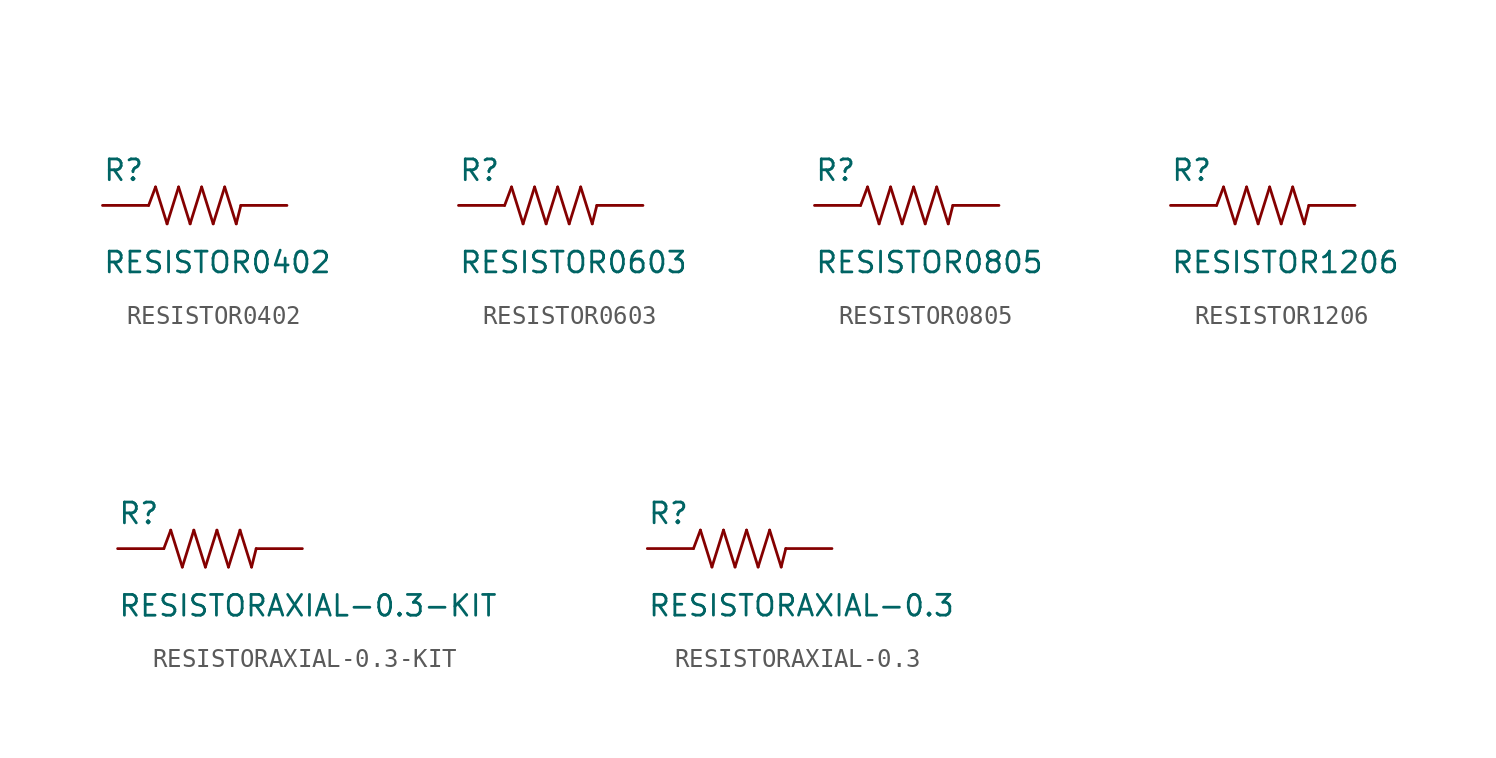
<source format=kicad_sym>
(kicad_symbol_lib
  (version 20211014)
  (generator kicad_symbol_editor)
  (symbol "RESISTOR0402"
    (pin_numbers hide)
    (pin_names
      (offset 1.016) hide)
    (property "Reference" "R"
      (at -5.08 1.27 0)
      (effects (font (size 1.143 1.143)) (justify left bottom)))
    (property "Value" "RESISTOR0402"
      (at -5.08 -3.81 0)
      (effects (font (size 1.143 1.143)) (justify left bottom)))
    (property "Field4" " "
      (at 0 5.08 0)
      (effects (font (size 1.524 1.524))))
    (property "ki_locked" ""
      (at 0 0 0)
      (effects (font (size 1.27 1.27))))
    (symbol "RESISTOR0402_1_0"
      (polyline (pts (xy -2.54 0) (xy -2.159 1.016)) (stroke (width 0) (type default) (color 0 0 0 0)) (fill (type none)))
      (polyline (pts (xy -2.159 1.016) (xy -1.524 -1.016)) (stroke (width 0) (type default) (color 0 0 0 0)) (fill (type none)))
      (polyline (pts (xy -1.524 -1.016) (xy -0.889 1.016)) (stroke (width 0) (type default) (color 0 0 0 0)) (fill (type none)))
      (polyline (pts (xy -0.889 1.016) (xy -0.254 -1.016)) (stroke (width 0) (type default) (color 0 0 0 0)) (fill (type none)))
      (polyline (pts (xy -0.254 -1.016) (xy 0.381 1.016)) (stroke (width 0) (type default) (color 0 0 0 0)) (fill (type none)))
      (polyline (pts (xy 0.381 1.016) (xy 1.016 -1.016)) (stroke (width 0) (type default) (color 0 0 0 0)) (fill (type none)))
      (polyline (pts (xy 1.016 -1.016) (xy 1.651 1.016)) (stroke (width 0) (type default) (color 0 0 0 0)) (fill (type none)))
      (polyline (pts (xy 1.651 1.016) (xy 2.286 -1.016)) (stroke (width 0) (type default) (color 0 0 0 0)) (fill (type none)))
      (polyline (pts (xy 2.286 -1.016) (xy 2.54 0)) (stroke (width 0) (type default) (color 0 0 0 0)) (fill (type none))))
    (symbol "RESISTOR0402_1_1"
      (pin passive line (at -5.08 0 0) (length 2.54) (name "1" (effects (font (size 1.016 1.016)))) (number "1" (effects (font (size 1.016 1.016)))))
      (pin passive line (at 5.08 0 180) (length 2.54) (name "2" (effects (font (size 1.016 1.016)))) (number "2" (effects (font (size 1.016 1.016)))))))
  (symbol "RESISTOR0603"
    (pin_numbers hide)
    (pin_names
      (offset 1.016) hide)
    (property "Reference" "R"
      (at -5.08 1.27 0)
      (effects (font (size 1.143 1.143)) (justify left bottom)))
    (property "Value" "RESISTOR0603"
      (at -5.08 -3.81 0)
      (effects (font (size 1.143 1.143)) (justify left bottom)))
    (property "Field4" " "
      (at 0 5.08 0)
      (effects (font (size 1.524 1.524))))
    (property "ki_locked" ""
      (at 0 0 0)
      (effects (font (size 1.27 1.27))))
    (symbol "RESISTOR0603_1_0"
      (polyline (pts (xy -2.54 0) (xy -2.159 1.016)) (stroke (width 0) (type default) (color 0 0 0 0)) (fill (type none)))
      (polyline (pts (xy -2.159 1.016) (xy -1.524 -1.016)) (stroke (width 0) (type default) (color 0 0 0 0)) (fill (type none)))
      (polyline (pts (xy -1.524 -1.016) (xy -0.889 1.016)) (stroke (width 0) (type default) (color 0 0 0 0)) (fill (type none)))
      (polyline (pts (xy -0.889 1.016) (xy -0.254 -1.016)) (stroke (width 0) (type default) (color 0 0 0 0)) (fill (type none)))
      (polyline (pts (xy -0.254 -1.016) (xy 0.381 1.016)) (stroke (width 0) (type default) (color 0 0 0 0)) (fill (type none)))
      (polyline (pts (xy 0.381 1.016) (xy 1.016 -1.016)) (stroke (width 0) (type default) (color 0 0 0 0)) (fill (type none)))
      (polyline (pts (xy 1.016 -1.016) (xy 1.651 1.016)) (stroke (width 0) (type default) (color 0 0 0 0)) (fill (type none)))
      (polyline (pts (xy 1.651 1.016) (xy 2.286 -1.016)) (stroke (width 0) (type default) (color 0 0 0 0)) (fill (type none)))
      (polyline (pts (xy 2.286 -1.016) (xy 2.54 0)) (stroke (width 0) (type default) (color 0 0 0 0)) (fill (type none))))
    (symbol "RESISTOR0603_1_1"
      (pin passive line (at -5.08 0 0) (length 2.54) (name "1" (effects (font (size 1.016 1.016)))) (number "1" (effects (font (size 1.016 1.016)))))
      (pin passive line (at 5.08 0 180) (length 2.54) (name "2" (effects (font (size 1.016 1.016)))) (number "2" (effects (font (size 1.016 1.016)))))))
  (symbol "RESISTOR0805"
    (pin_numbers hide)
    (pin_names
      (offset 1.016) hide)
    (property "Reference" "R"
      (at -5.08 1.27 0)
      (effects (font (size 1.143 1.143)) (justify left bottom)))
    (property "Value" "RESISTOR0805"
      (at -5.08 -3.81 0)
      (effects (font (size 1.143 1.143)) (justify left bottom)))
    (property "Field4" " "
      (at 0 5.08 0)
      (effects (font (size 1.524 1.524))))
    (property "ki_locked" ""
      (at 0 0 0)
      (effects (font (size 1.27 1.27))))
    (symbol "RESISTOR0805_1_0"
      (polyline (pts (xy -2.54 0) (xy -2.159 1.016)) (stroke (width 0) (type default) (color 0 0 0 0)) (fill (type none)))
      (polyline (pts (xy -2.159 1.016) (xy -1.524 -1.016)) (stroke (width 0) (type default) (color 0 0 0 0)) (fill (type none)))
      (polyline (pts (xy -1.524 -1.016) (xy -0.889 1.016)) (stroke (width 0) (type default) (color 0 0 0 0)) (fill (type none)))
      (polyline (pts (xy -0.889 1.016) (xy -0.254 -1.016)) (stroke (width 0) (type default) (color 0 0 0 0)) (fill (type none)))
      (polyline (pts (xy -0.254 -1.016) (xy 0.381 1.016)) (stroke (width 0) (type default) (color 0 0 0 0)) (fill (type none)))
      (polyline (pts (xy 0.381 1.016) (xy 1.016 -1.016)) (stroke (width 0) (type default) (color 0 0 0 0)) (fill (type none)))
      (polyline (pts (xy 1.016 -1.016) (xy 1.651 1.016)) (stroke (width 0) (type default) (color 0 0 0 0)) (fill (type none)))
      (polyline (pts (xy 1.651 1.016) (xy 2.286 -1.016)) (stroke (width 0) (type default) (color 0 0 0 0)) (fill (type none)))
      (polyline (pts (xy 2.286 -1.016) (xy 2.54 0)) (stroke (width 0) (type default) (color 0 0 0 0)) (fill (type none))))
    (symbol "RESISTOR0805_1_1"
      (pin passive line (at -5.08 0 0) (length 2.54) (name "1" (effects (font (size 1.016 1.016)))) (number "1" (effects (font (size 1.016 1.016)))))
      (pin passive line (at 5.08 0 180) (length 2.54) (name "2" (effects (font (size 1.016 1.016)))) (number "2" (effects (font (size 1.016 1.016)))))))
  (symbol "RESISTOR1206"
    (pin_numbers hide)
    (pin_names
      (offset 1.016) hide)
    (property "Reference" "R"
      (at -5.08 1.27 0)
      (effects (font (size 1.143 1.143)) (justify left bottom)))
    (property "Value" "RESISTOR1206"
      (at -5.08 -3.81 0)
      (effects (font (size 1.143 1.143)) (justify left bottom)))
    (property "Field4" " "
      (at 0 5.08 0)
      (effects (font (size 1.524 1.524))))
    (property "ki_locked" ""
      (at 0 0 0)
      (effects (font (size 1.27 1.27))))
    (symbol "RESISTOR1206_1_0"
      (polyline (pts (xy -2.54 0) (xy -2.159 1.016)) (stroke (width 0) (type default) (color 0 0 0 0)) (fill (type none)))
      (polyline (pts (xy -2.159 1.016) (xy -1.524 -1.016)) (stroke (width 0) (type default) (color 0 0 0 0)) (fill (type none)))
      (polyline (pts (xy -1.524 -1.016) (xy -0.889 1.016)) (stroke (width 0) (type default) (color 0 0 0 0)) (fill (type none)))
      (polyline (pts (xy -0.889 1.016) (xy -0.254 -1.016)) (stroke (width 0) (type default) (color 0 0 0 0)) (fill (type none)))
      (polyline (pts (xy -0.254 -1.016) (xy 0.381 1.016)) (stroke (width 0) (type default) (color 0 0 0 0)) (fill (type none)))
      (polyline (pts (xy 0.381 1.016) (xy 1.016 -1.016)) (stroke (width 0) (type default) (color 0 0 0 0)) (fill (type none)))
      (polyline (pts (xy 1.016 -1.016) (xy 1.651 1.016)) (stroke (width 0) (type default) (color 0 0 0 0)) (fill (type none)))
      (polyline (pts (xy 1.651 1.016) (xy 2.286 -1.016)) (stroke (width 0) (type default) (color 0 0 0 0)) (fill (type none)))
      (polyline (pts (xy 2.286 -1.016) (xy 2.54 0)) (stroke (width 0) (type default) (color 0 0 0 0)) (fill (type none))))
    (symbol "RESISTOR1206_1_1"
      (pin passive line (at -5.08 0 0) (length 2.54) (name "1" (effects (font (size 1.016 1.016)))) (number "1" (effects (font (size 1.016 1.016)))))
      (pin passive line (at 5.08 0 180) (length 2.54) (name "2" (effects (font (size 1.016 1.016)))) (number "2" (effects (font (size 1.016 1.016)))))))
  (symbol "RESISTORAXIAL-0.3-KIT"
    (pin_numbers hide)
    (pin_names
      (offset 1.016) hide)
    (property "Reference" "R"
      (at -5.08 1.27 0)
      (effects (font (size 1.143 1.143)) (justify left bottom)))
    (property "Value" "RESISTORAXIAL-0.3-KIT"
      (at -5.08 -3.81 0)
      (effects (font (size 1.143 1.143)) (justify left bottom)))
    (property "Field4" " "
      (at 0 5.08 0)
      (effects (font (size 1.524 1.524))))
    (property "ki_locked" ""
      (at 0 0 0)
      (effects (font (size 1.27 1.27))))
    (symbol "RESISTORAXIAL-0.3-KIT_1_0"
      (polyline (pts (xy -2.54 0) (xy -2.159 1.016)) (stroke (width 0) (type default) (color 0 0 0 0)) (fill (type none)))
      (polyline (pts (xy -2.159 1.016) (xy -1.524 -1.016)) (stroke (width 0) (type default) (color 0 0 0 0)) (fill (type none)))
      (polyline (pts (xy -1.524 -1.016) (xy -0.889 1.016)) (stroke (width 0) (type default) (color 0 0 0 0)) (fill (type none)))
      (polyline (pts (xy -0.889 1.016) (xy -0.254 -1.016)) (stroke (width 0) (type default) (color 0 0 0 0)) (fill (type none)))
      (polyline (pts (xy -0.254 -1.016) (xy 0.381 1.016)) (stroke (width 0) (type default) (color 0 0 0 0)) (fill (type none)))
      (polyline (pts (xy 0.381 1.016) (xy 1.016 -1.016)) (stroke (width 0) (type default) (color 0 0 0 0)) (fill (type none)))
      (polyline (pts (xy 1.016 -1.016) (xy 1.651 1.016)) (stroke (width 0) (type default) (color 0 0 0 0)) (fill (type none)))
      (polyline (pts (xy 1.651 1.016) (xy 2.286 -1.016)) (stroke (width 0) (type default) (color 0 0 0 0)) (fill (type none)))
      (polyline (pts (xy 2.286 -1.016) (xy 2.54 0)) (stroke (width 0) (type default) (color 0 0 0 0)) (fill (type none))))
    (symbol "RESISTORAXIAL-0.3-KIT_1_1"
      (pin passive line (at -5.08 0 0) (length 2.54) (name "1" (effects (font (size 1.016 1.016)))) (number "P$1" (effects (font (size 1.016 1.016)))))
      (pin passive line (at 5.08 0 180) (length 2.54) (name "2" (effects (font (size 1.016 1.016)))) (number "P$2" (effects (font (size 1.016 1.016)))))))
  (symbol "RESISTORAXIAL-0.3"
    (pin_numbers hide)
    (pin_names
      (offset 1.016) hide)
    (property "Reference" "R"
      (at -5.08 1.27 0)
      (effects (font (size 1.143 1.143)) (justify left bottom)))
    (property "Value" "RESISTORAXIAL-0.3"
      (at -5.08 -3.81 0)
      (effects (font (size 1.143 1.143)) (justify left bottom)))
    (property "Field4" " "
      (at 0 5.08 0)
      (effects (font (size 1.524 1.524))))
    (property "ki_locked" ""
      (at 0 0 0)
      (effects (font (size 1.27 1.27))))
    (symbol "RESISTORAXIAL-0.3_1_0"
      (polyline (pts (xy -2.54 0) (xy -2.159 1.016)) (stroke (width 0) (type default) (color 0 0 0 0)) (fill (type none)))
      (polyline (pts (xy -2.159 1.016) (xy -1.524 -1.016)) (stroke (width 0) (type default) (color 0 0 0 0)) (fill (type none)))
      (polyline (pts (xy -1.524 -1.016) (xy -0.889 1.016)) (stroke (width 0) (type default) (color 0 0 0 0)) (fill (type none)))
      (polyline (pts (xy -0.889 1.016) (xy -0.254 -1.016)) (stroke (width 0) (type default) (color 0 0 0 0)) (fill (type none)))
      (polyline (pts (xy -0.254 -1.016) (xy 0.381 1.016)) (stroke (width 0) (type default) (color 0 0 0 0)) (fill (type none)))
      (polyline (pts (xy 0.381 1.016) (xy 1.016 -1.016)) (stroke (width 0) (type default) (color 0 0 0 0)) (fill (type none)))
      (polyline (pts (xy 1.016 -1.016) (xy 1.651 1.016)) (stroke (width 0) (type default) (color 0 0 0 0)) (fill (type none)))
      (polyline (pts (xy 1.651 1.016) (xy 2.286 -1.016)) (stroke (width 0) (type default) (color 0 0 0 0)) (fill (type none)))
      (polyline (pts (xy 2.286 -1.016) (xy 2.54 0)) (stroke (width 0) (type default) (color 0 0 0 0)) (fill (type none))))
    (symbol "RESISTORAXIAL-0.3_1_1"
      (pin passive line (at -5.08 0 0) (length 2.54) (name "1" (effects (font (size 1.016 1.016)))) (number "P$1" (effects (font (size 1.016 1.016)))))
      (pin passive line (at 5.08 0 180) (length 2.54) (name "2" (effects (font (size 1.016 1.016)))) (number "P$2" (effects (font (size 1.016 1.016))))))))
</source>
